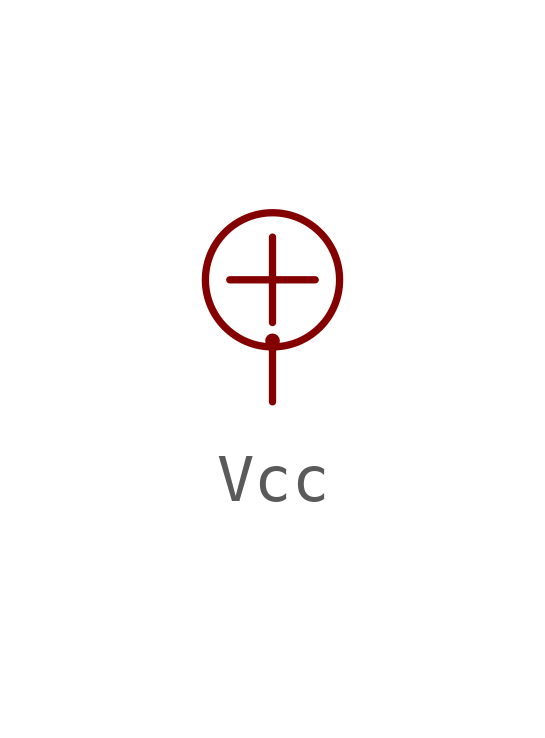
<source format=kicad_sym>
(kicad_symbol_lib
  (version 20231120)
  (generator "kicad_symbol_editor")
  (generator_version "8.0")
  (symbol "Vcc"
    (pin_names
      (offset 1.016))
    (property "Reference" "Vcc"
      (at 5.08 1.27 0)
      (effects (font (size 2.54 2.54)) (hide yes)))
    (symbol "Vcc_0_1"
      (polyline (pts (xy -0.889 2.54) (xy 0.889 2.54)) (stroke (width 0) (type default)) (fill (type none)))
      (polyline (pts (xy 0 3.429) (xy 0 1.651)) (stroke (width 0) (type default)) (fill (type none)))
      (circle (center 0 1.27) (radius 0.0001) (stroke (width 0) (type default)) (fill (type none)))
      (circle (center 0 2.54) (radius 1.397) (stroke (width 0) (type default)) (fill (type none))))
    (symbol "Vcc_1_1"
      (pin power_out line (at 0 0 90) (length 1.143) (name "" (effects (font (size 1.27 1.27)))) (number "" (effects (font (size 1.143 1.143))))))))
</source>
